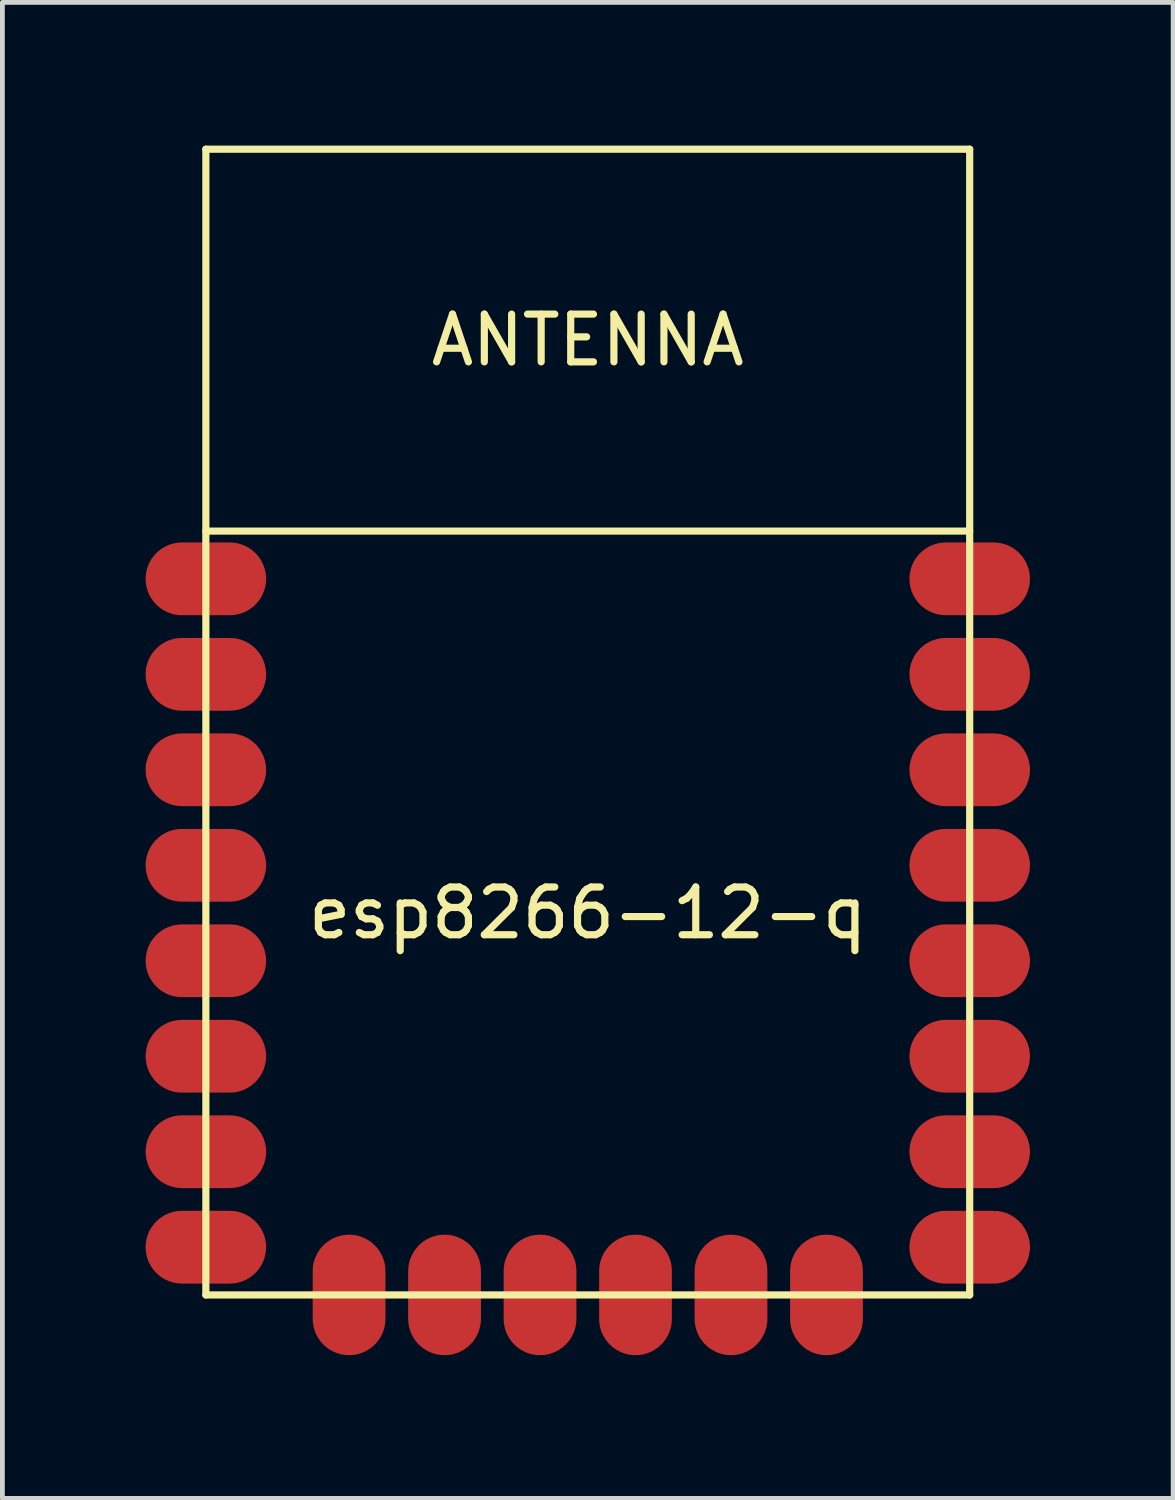
<source format=kicad_pcb>
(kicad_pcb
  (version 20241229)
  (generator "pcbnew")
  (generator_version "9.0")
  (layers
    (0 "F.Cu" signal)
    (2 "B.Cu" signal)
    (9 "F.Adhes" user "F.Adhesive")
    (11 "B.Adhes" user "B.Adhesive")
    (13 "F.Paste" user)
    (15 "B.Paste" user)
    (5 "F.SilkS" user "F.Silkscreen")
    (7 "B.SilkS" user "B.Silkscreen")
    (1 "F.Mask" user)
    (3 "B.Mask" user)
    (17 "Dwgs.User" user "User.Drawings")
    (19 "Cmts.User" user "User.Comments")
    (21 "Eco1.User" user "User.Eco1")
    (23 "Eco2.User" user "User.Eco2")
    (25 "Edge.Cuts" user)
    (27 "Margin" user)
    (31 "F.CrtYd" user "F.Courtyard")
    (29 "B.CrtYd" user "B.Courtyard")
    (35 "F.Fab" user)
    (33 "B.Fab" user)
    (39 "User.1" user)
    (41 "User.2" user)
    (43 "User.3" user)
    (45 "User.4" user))
  (footprint "esp8266-12-q"
    (layer "F.Cu")
    (at 9.262 12.075)
    (property "Reference" "esp8266-12-q" (at 0 4 0) (layer "F.SilkS") (effects (font (size 1 1) (thickness 0.15))))
    (attr through_hole)
    (fp_line (start -8 -12) (end 8 -12) (stroke (width 0.15) (type solid)) (layer "F.SilkS"))
    (fp_line (start -8 -4) (end 8 -4) (stroke (width 0.15) (type solid)) (layer "F.SilkS"))
    (fp_line (start -8 12) (end -8 -12) (stroke (width 0.15) (type solid)) (layer "F.SilkS"))
    (fp_line (start 8 -12) (end 8 12) (stroke (width 0.15) (type solid)) (layer "F.SilkS"))
    (fp_line (start 8 12) (end -8 12) (stroke (width 0.15) (type solid)) (layer "F.SilkS"))
    (fp_text user "ANTENNA" (at 0 -8 0) (layer "F.SilkS") (effects (font (size 1 1) (thickness 0.15))))
    (pad "1" smd oval (at -8 -3) (size 2.524 1.524) (layers "F.Cu" "F.Mask" "F.Paste"))
    (pad "2" smd oval (at -8 -1) (size 2.524 1.524) (layers "F.Cu" "F.Mask" "F.Paste"))
    (pad "3" smd oval (at -8 1) (size 2.524 1.524) (layers "F.Cu" "F.Mask" "F.Paste"))
    (pad "4" smd oval (at -8 3) (size 2.524 1.524) (layers "F.Cu" "F.Mask" "F.Paste"))
    (pad "5" smd oval (at -8 5) (size 2.524 1.524) (layers "F.Cu" "F.Mask" "F.Paste"))
    (pad "6" smd oval (at -8 7) (size 2.524 1.524) (layers "F.Cu" "F.Mask" "F.Paste"))
    (pad "7" smd oval (at -8 9) (size 2.524 1.524) (layers "F.Cu" "F.Mask" "F.Paste"))
    (pad "8" smd oval (at -8 11) (size 2.524 1.524) (layers "F.Cu" "F.Mask" "F.Paste"))
    (pad "9" smd oval (at -5 12) (size 1.524 2.524) (layers "F.Cu" "F.Mask" "F.Paste"))
    (pad "10" smd oval (at -3 12) (size 1.524 2.524) (layers "F.Cu" "F.Mask" "F.Paste"))
    (pad "11" smd oval (at -1 12) (size 1.524 2.524) (layers "F.Cu" "F.Mask" "F.Paste"))
    (pad "12" smd oval (at 1 12) (size 1.524 2.524) (layers "F.Cu" "F.Mask" "F.Paste"))
    (pad "13" smd oval (at 3 12) (size 1.524 2.524) (layers "F.Cu" "F.Mask" "F.Paste"))
    (pad "14" smd oval (at 5 12) (size 1.524 2.524) (layers "F.Cu" "F.Mask" "F.Paste"))
    (pad "15" smd oval (at 8 11) (size 2.524 1.524) (layers "F.Cu" "F.Mask" "F.Paste"))
    (pad "16" smd oval (at 8 9) (size 2.524 1.524) (layers "F.Cu" "F.Mask" "F.Paste"))
    (pad "17" smd oval (at 8 7) (size 2.524 1.524) (layers "F.Cu" "F.Mask" "F.Paste"))
    (pad "18" smd oval (at 8 5) (size 2.524 1.524) (layers "F.Cu" "F.Mask" "F.Paste"))
    (pad "19" smd oval (at 8 3) (size 2.524 1.524) (layers "F.Cu" "F.Mask" "F.Paste"))
    (pad "20" smd oval (at 8 1) (size 2.524 1.524) (layers "F.Cu" "F.Mask" "F.Paste"))
    (pad "21" smd oval (at 8 -1) (size 2.524 1.524) (layers "F.Cu" "F.Mask" "F.Paste"))
    (pad "22" smd oval (at 8 -3) (size 2.524 1.524) (layers "F.Cu" "F.Mask" "F.Paste")))
  (gr_rect
    (start -3 -3)
    (end 21.524 28.337)
    (stroke (width 0.1) (type default))
    (fill no)
    (layer "Edge.Cuts")))
</source>
